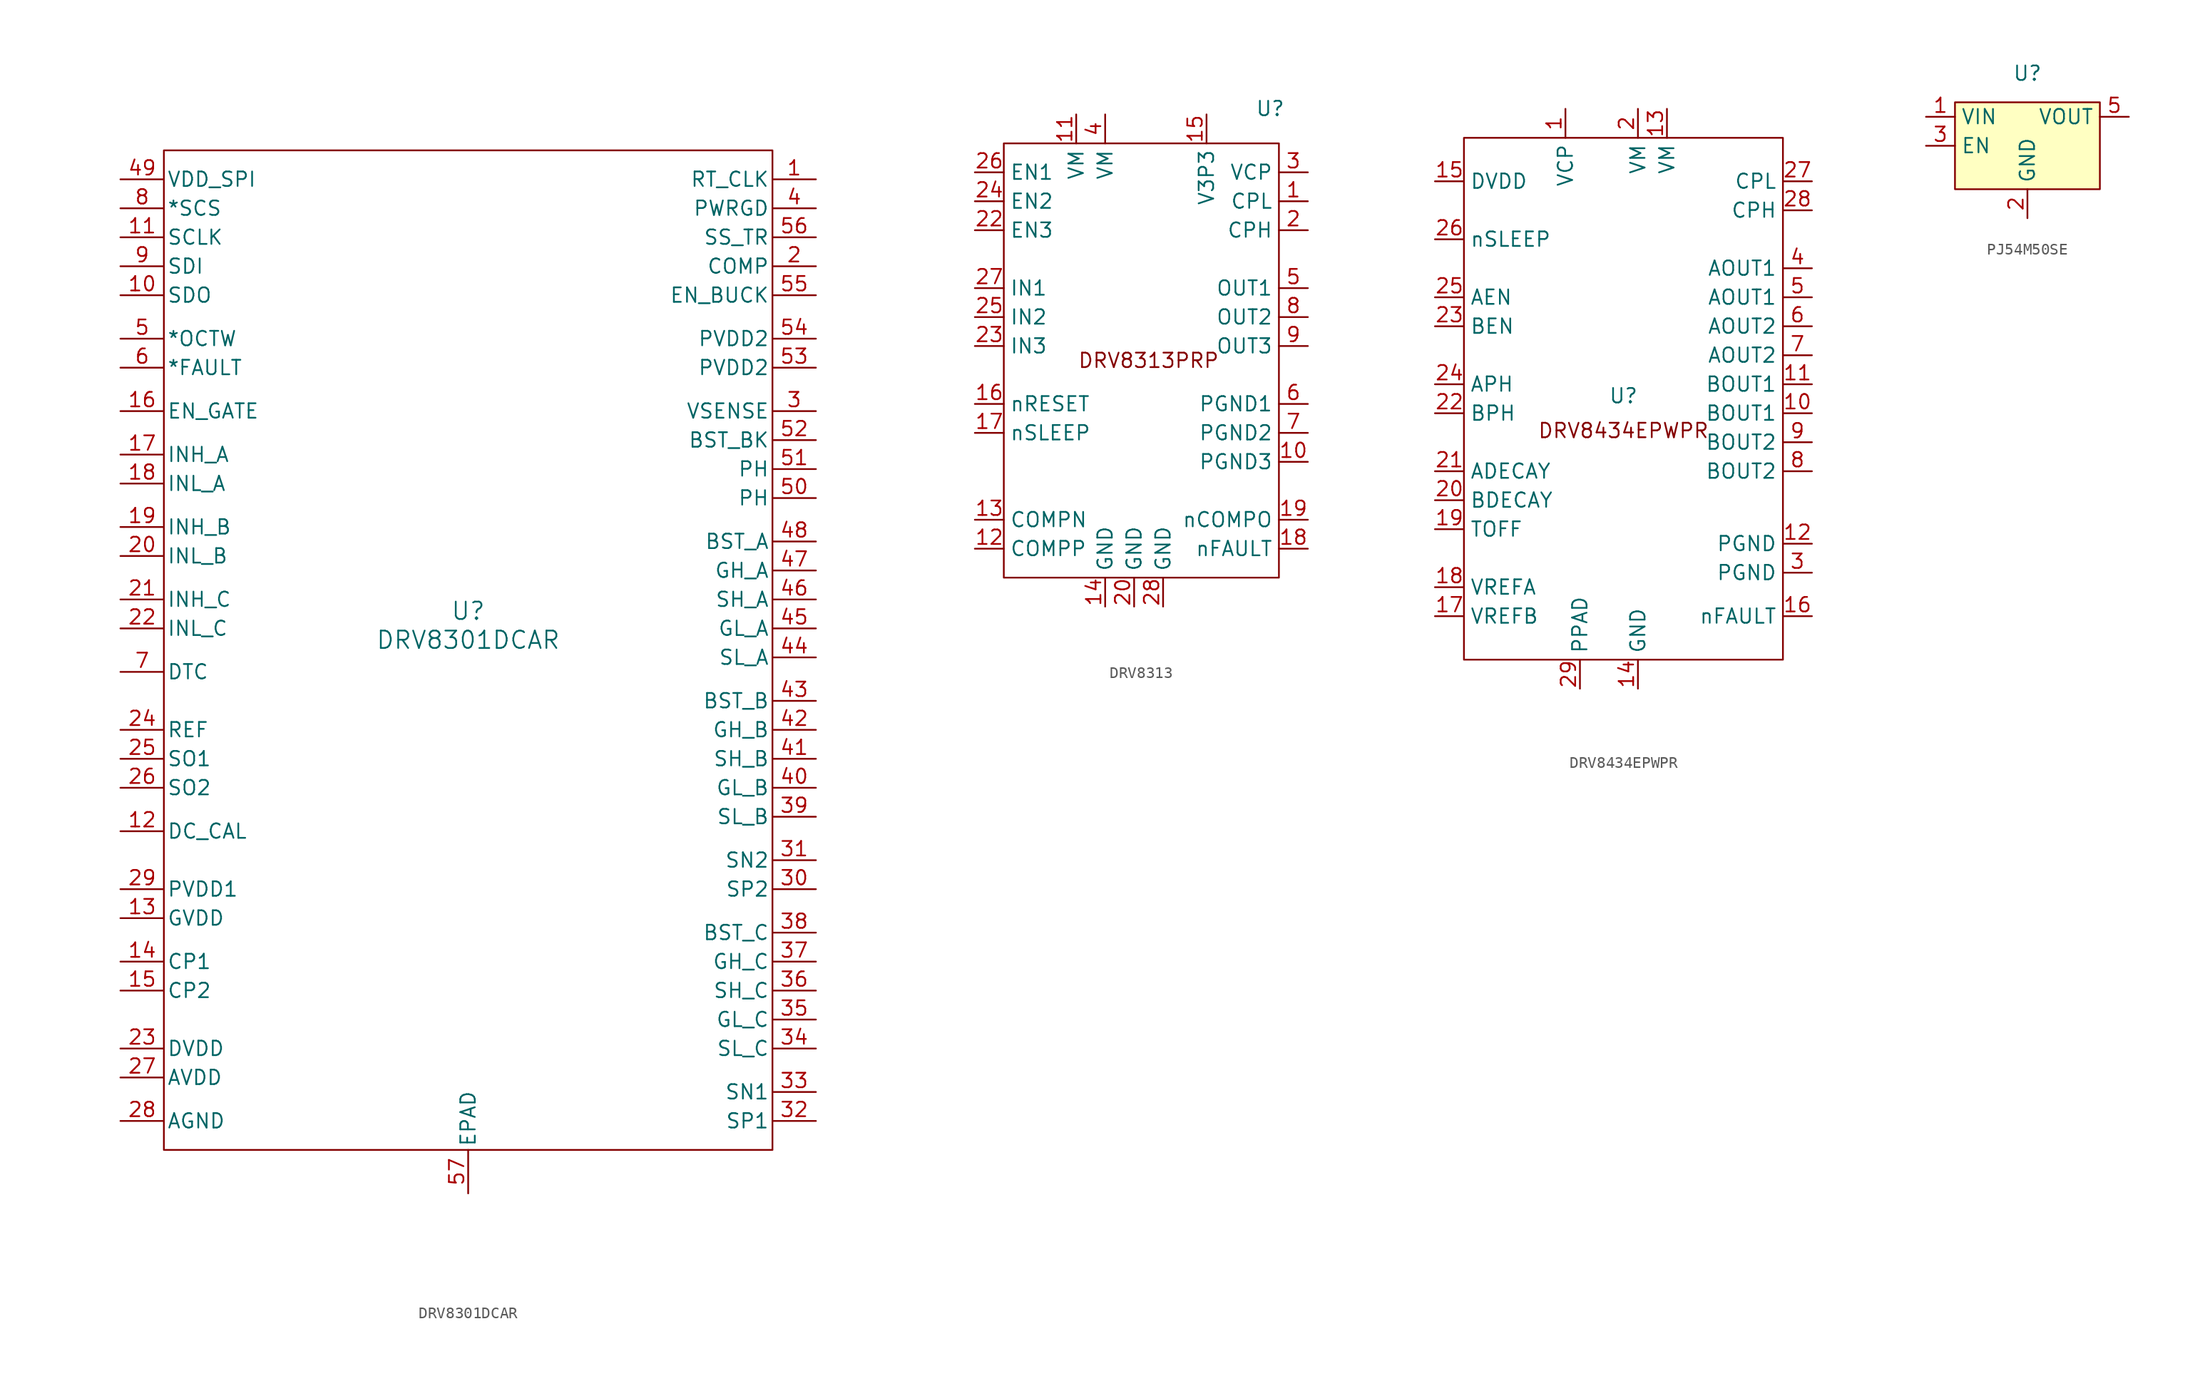
<source format=kicad_sym>
(kicad_symbol_lib
  (version 20231120)
  (generator "kicad_symbol_editor")
  (generator_version "8.0")
  (symbol "DRV8301DCAR"
    (pin_names
      (offset 0.254))
    (property "Reference" "U"
      (at 0 1.524 0)
      (effects (font (size 1.524 1.524))))
    (property "Value" "DRV8301DCAR"
      (at 0 -1.016 0)
      (effects (font (size 1.524 1.524))))
    (property "ki_locked" ""
      (at 0 0 0)
      (effects (font (size 1.27 1.27))))
    (symbol "DRV8301DCAR_0_1"
      (pin input line (at 30.48 39.37 180) (length 3.81) (name "RT_CLK" (effects (font (size 1.27 1.27)))) (number "1" (effects (font (size 1.27 1.27)))))
      (pin output line (at -30.48 29.21 0) (length 3.81) (name "SDO" (effects (font (size 1.27 1.27)))) (number "10" (effects (font (size 1.27 1.27)))))
      (pin input line (at -30.48 34.29 0) (length 3.81) (name "SCLK" (effects (font (size 1.27 1.27)))) (number "11" (effects (font (size 1.27 1.27)))))
      (pin input line (at -30.48 -17.78 0) (length 3.81) (name "DC_CAL" (effects (font (size 1.27 1.27)))) (number "12" (effects (font (size 1.27 1.27)))))
      (pin power_in line (at -30.48 -25.4 0) (length 3.81) (name "GVDD" (effects (font (size 1.27 1.27)))) (number "13" (effects (font (size 1.27 1.27)))))
      (pin power_in line (at -30.48 -29.21 0) (length 3.81) (name "CP1" (effects (font (size 1.27 1.27)))) (number "14" (effects (font (size 1.27 1.27)))))
      (pin power_in line (at -30.48 -31.75 0) (length 3.81) (name "CP2" (effects (font (size 1.27 1.27)))) (number "15" (effects (font (size 1.27 1.27)))))
      (pin input line (at -30.48 19.05 0) (length 3.81) (name "EN_GATE" (effects (font (size 1.27 1.27)))) (number "16" (effects (font (size 1.27 1.27)))))
      (pin input line (at -30.48 15.24 0) (length 3.81) (name "INH_A" (effects (font (size 1.27 1.27)))) (number "17" (effects (font (size 1.27 1.27)))))
      (pin input line (at -30.48 12.7 0) (length 3.81) (name "INL_A" (effects (font (size 1.27 1.27)))) (number "18" (effects (font (size 1.27 1.27)))))
      (pin input line (at -30.48 8.89 0) (length 3.81) (name "INH_B" (effects (font (size 1.27 1.27)))) (number "19" (effects (font (size 1.27 1.27)))))
      (pin output line (at 30.48 31.75 180) (length 3.81) (name "COMP" (effects (font (size 1.27 1.27)))) (number "2" (effects (font (size 1.27 1.27)))))
      (pin input line (at -30.48 6.35 0) (length 3.81) (name "INL_B" (effects (font (size 1.27 1.27)))) (number "20" (effects (font (size 1.27 1.27)))))
      (pin input line (at -30.48 2.54 0) (length 3.81) (name "INH_C" (effects (font (size 1.27 1.27)))) (number "21" (effects (font (size 1.27 1.27)))))
      (pin input line (at -30.48 0 0) (length 3.81) (name "INL_C" (effects (font (size 1.27 1.27)))) (number "22" (effects (font (size 1.27 1.27)))))
      (pin power_in line (at -30.48 -36.83 0) (length 3.81) (name "DVDD" (effects (font (size 1.27 1.27)))) (number "23" (effects (font (size 1.27 1.27)))))
      (pin input line (at -30.48 -8.89 0) (length 3.81) (name "REF" (effects (font (size 1.27 1.27)))) (number "24" (effects (font (size 1.27 1.27)))))
      (pin output line (at -30.48 -11.43 0) (length 3.81) (name "SO1" (effects (font (size 1.27 1.27)))) (number "25" (effects (font (size 1.27 1.27)))))
      (pin output line (at -30.48 -13.97 0) (length 3.81) (name "SO2" (effects (font (size 1.27 1.27)))) (number "26" (effects (font (size 1.27 1.27)))))
      (pin power_in line (at -30.48 -39.37 0) (length 3.81) (name "AVDD" (effects (font (size 1.27 1.27)))) (number "27" (effects (font (size 1.27 1.27)))))
      (pin power_in line (at -30.48 -43.18 0) (length 3.81) (name "AGND" (effects (font (size 1.27 1.27)))) (number "28" (effects (font (size 1.27 1.27)))))
      (pin power_in line (at -30.48 -22.86 0) (length 3.81) (name "PVDD1" (effects (font (size 1.27 1.27)))) (number "29" (effects (font (size 1.27 1.27)))))
      (pin input line (at 30.48 19.05 180) (length 3.81) (name "VSENSE" (effects (font (size 1.27 1.27)))) (number "3" (effects (font (size 1.27 1.27)))))
      (pin input line (at 30.48 -22.86 180) (length 3.81) (name "SP2" (effects (font (size 1.27 1.27)))) (number "30" (effects (font (size 1.27 1.27)))))
      (pin input line (at 30.48 -20.32 180) (length 3.81) (name "SN2" (effects (font (size 1.27 1.27)))) (number "31" (effects (font (size 1.27 1.27)))))
      (pin input line (at 30.48 -43.18 180) (length 3.81) (name "SP1" (effects (font (size 1.27 1.27)))) (number "32" (effects (font (size 1.27 1.27)))))
      (pin input line (at 30.48 -40.64 180) (length 3.81) (name "SN1" (effects (font (size 1.27 1.27)))) (number "33" (effects (font (size 1.27 1.27)))))
      (pin input line (at 30.48 -36.83 180) (length 3.81) (name "SL_C" (effects (font (size 1.27 1.27)))) (number "34" (effects (font (size 1.27 1.27)))))
      (pin output line (at 30.48 -34.29 180) (length 3.81) (name "GL_C" (effects (font (size 1.27 1.27)))) (number "35" (effects (font (size 1.27 1.27)))))
      (pin input line (at 30.48 -31.75 180) (length 3.81) (name "SH_C" (effects (font (size 1.27 1.27)))) (number "36" (effects (font (size 1.27 1.27)))))
      (pin output line (at 30.48 -29.21 180) (length 3.81) (name "GH_C" (effects (font (size 1.27 1.27)))) (number "37" (effects (font (size 1.27 1.27)))))
      (pin power_in line (at 30.48 -26.67 180) (length 3.81) (name "BST_C" (effects (font (size 1.27 1.27)))) (number "38" (effects (font (size 1.27 1.27)))))
      (pin input line (at 30.48 -16.51 180) (length 3.81) (name "SL_B" (effects (font (size 1.27 1.27)))) (number "39" (effects (font (size 1.27 1.27)))))
      (pin input line (at 30.48 36.83 180) (length 3.81) (name "PWRGD" (effects (font (size 1.27 1.27)))) (number "4" (effects (font (size 1.27 1.27)))))
      (pin output line (at 30.48 -13.97 180) (length 3.81) (name "GL_B" (effects (font (size 1.27 1.27)))) (number "40" (effects (font (size 1.27 1.27)))))
      (pin input line (at 30.48 -11.43 180) (length 3.81) (name "SH_B" (effects (font (size 1.27 1.27)))) (number "41" (effects (font (size 1.27 1.27)))))
      (pin output line (at 30.48 -8.89 180) (length 3.81) (name "GH_B" (effects (font (size 1.27 1.27)))) (number "42" (effects (font (size 1.27 1.27)))))
      (pin power_in line (at 30.48 -6.35 180) (length 3.81) (name "BST_B" (effects (font (size 1.27 1.27)))) (number "43" (effects (font (size 1.27 1.27)))))
      (pin input line (at 30.48 -2.54 180) (length 3.81) (name "SL_A" (effects (font (size 1.27 1.27)))) (number "44" (effects (font (size 1.27 1.27)))))
      (pin output line (at 30.48 0 180) (length 3.81) (name "GL_A" (effects (font (size 1.27 1.27)))) (number "45" (effects (font (size 1.27 1.27)))))
      (pin input line (at 30.48 2.54 180) (length 3.81) (name "SH_A" (effects (font (size 1.27 1.27)))) (number "46" (effects (font (size 1.27 1.27)))))
      (pin output line (at 30.48 5.08 180) (length 3.81) (name "GH_A" (effects (font (size 1.27 1.27)))) (number "47" (effects (font (size 1.27 1.27)))))
      (pin power_in line (at 30.48 7.62 180) (length 3.81) (name "BST_A" (effects (font (size 1.27 1.27)))) (number "48" (effects (font (size 1.27 1.27)))))
      (pin input line (at -30.48 39.37 0) (length 3.81) (name "VDD_SPI" (effects (font (size 1.27 1.27)))) (number "49" (effects (font (size 1.27 1.27)))))
      (pin output line (at -30.48 25.4 0) (length 3.81) (name "*OCTW" (effects (font (size 1.27 1.27)))) (number "5" (effects (font (size 1.27 1.27)))))
      (pin output line (at 30.48 11.43 180) (length 3.81) (name "PH" (effects (font (size 1.27 1.27)))) (number "50" (effects (font (size 1.27 1.27)))))
      (pin output line (at 30.48 13.97 180) (length 3.81) (name "PH" (effects (font (size 1.27 1.27)))) (number "51" (effects (font (size 1.27 1.27)))))
      (pin power_in line (at 30.48 16.51 180) (length 3.81) (name "BST_BK" (effects (font (size 1.27 1.27)))) (number "52" (effects (font (size 1.27 1.27)))))
      (pin power_in line (at 30.48 22.86 180) (length 3.81) (name "PVDD2" (effects (font (size 1.27 1.27)))) (number "53" (effects (font (size 1.27 1.27)))))
      (pin power_in line (at 30.48 25.4 180) (length 3.81) (name "PVDD2" (effects (font (size 1.27 1.27)))) (number "54" (effects (font (size 1.27 1.27)))))
      (pin input line (at 30.48 29.21 180) (length 3.81) (name "EN_BUCK" (effects (font (size 1.27 1.27)))) (number "55" (effects (font (size 1.27 1.27)))))
      (pin input line (at 30.48 34.29 180) (length 3.81) (name "SS_TR" (effects (font (size 1.27 1.27)))) (number "56" (effects (font (size 1.27 1.27)))))
      (pin unspecified line (at 0 -49.53 90) (length 3.81) (name "EPAD" (effects (font (size 1.27 1.27)))) (number "57" (effects (font (size 1.27 1.27)))))
      (pin output line (at -30.48 22.86 0) (length 3.81) (name "*FAULT" (effects (font (size 1.27 1.27)))) (number "6" (effects (font (size 1.27 1.27)))))
      (pin input line (at -30.48 -3.81 0) (length 3.81) (name "DTC" (effects (font (size 1.27 1.27)))) (number "7" (effects (font (size 1.27 1.27)))))
      (pin input line (at -30.48 36.83 0) (length 3.81) (name "*SCS" (effects (font (size 1.27 1.27)))) (number "8" (effects (font (size 1.27 1.27)))))
      (pin input line (at -30.48 31.75 0) (length 3.81) (name "SDI" (effects (font (size 1.27 1.27)))) (number "9" (effects (font (size 1.27 1.27))))))
    (symbol "DRV8301DCAR_1_1"
      (rectangle (start -26.67 41.91) (end 26.67 -45.72) (stroke (width 0) (type default)) (fill (type none)))))
  (symbol "DRV8313"
    (property "Reference" "U"
      (at 10.668 22.098 0)
      (effects (font (size 1.27 1.27))))
    (property "Value" ""
      (at -6.35 2.54 0)
      (effects (font (size 1.27 1.27))))
    (symbol "DRV8313_0_1"
      (rectangle (start -12.7 19.05) (end 11.43 -19.05) (stroke (width 0) (type default)) (fill (type none))))
    (symbol "DRV8313_1_0"
      (pin power_in line (at 13.97 13.97 180) (length 2.54) (name "CPL" (effects (font (size 1.27 1.27)))) (number "1" (effects (font (size 1.27 1.27)))))
      (pin power_in line (at 13.97 -8.89 180) (length 2.54) (name "PGND3" (effects (font (size 1.27 1.27)))) (number "10" (effects (font (size 1.27 1.27)))))
      (pin power_in line (at -6.35 21.59 270) (length 2.54) (name "VM" (effects (font (size 1.27 1.27)))) (number "11" (effects (font (size 1.27 1.27)))))
      (pin input line (at -15.24 -16.51 0) (length 2.54) (name "COMPP" (effects (font (size 1.27 1.27)))) (number "12" (effects (font (size 1.27 1.27)))))
      (pin input line (at -15.24 -13.97 0) (length 2.54) (name "COMPN" (effects (font (size 1.27 1.27)))) (number "13" (effects (font (size 1.27 1.27)))))
      (pin power_out line (at 5.08 21.59 270) (length 2.54) (name "V3P3" (effects (font (size 1.27 1.27)))) (number "15" (effects (font (size 1.27 1.27)))))
      (pin input line (at -15.24 -3.81 0) (length 2.54) (name "nRESET" (effects (font (size 1.27 1.27)))) (number "16" (effects (font (size 1.27 1.27)))))
      (pin input line (at -15.24 -6.35 0) (length 2.54) (name "nSLEEP" (effects (font (size 1.27 1.27)))) (number "17" (effects (font (size 1.27 1.27)))))
      (pin free line (at 13.97 -16.51 180) (length 2.54) (name "nFAULT" (effects (font (size 1.27 1.27)))) (number "18" (effects (font (size 1.27 1.27)))))
      (pin free line (at 13.97 -13.97 180) (length 2.54) (name "nCOMPO" (effects (font (size 1.27 1.27)))) (number "19" (effects (font (size 1.27 1.27)))))
      (pin power_out line (at 13.97 11.43 180) (length 2.54) (name "CPH" (effects (font (size 1.27 1.27)))) (number "2" (effects (font (size 1.27 1.27)))))
      (pin power_in line (at -1.27 -21.59 90) (length 2.54) (name "GND" (effects (font (size 1.27 1.27)))) (number "20" (effects (font (size 1.27 1.27)))))
      (pin input line (at -15.24 11.43 0) (length 2.54) (name "EN3" (effects (font (size 1.27 1.27)))) (number "22" (effects (font (size 1.27 1.27)))))
      (pin input line (at -15.24 1.27 0) (length 2.54) (name "IN3" (effects (font (size 1.27 1.27)))) (number "23" (effects (font (size 1.27 1.27)))))
      (pin input line (at -15.24 13.97 0) (length 2.54) (name "EN2" (effects (font (size 1.27 1.27)))) (number "24" (effects (font (size 1.27 1.27)))))
      (pin input line (at -15.24 3.81 0) (length 2.54) (name "IN2" (effects (font (size 1.27 1.27)))) (number "25" (effects (font (size 1.27 1.27)))))
      (pin input line (at -15.24 16.51 0) (length 2.54) (name "EN1" (effects (font (size 1.27 1.27)))) (number "26" (effects (font (size 1.27 1.27)))))
      (pin input line (at -15.24 6.35 0) (length 2.54) (name "IN1" (effects (font (size 1.27 1.27)))) (number "27" (effects (font (size 1.27 1.27)))))
      (pin power_in line (at 1.27 -21.59 90) (length 2.54) (name "GND" (effects (font (size 1.27 1.27)))) (number "28" (effects (font (size 1.27 1.27)))))
      (pin power_in line (at 13.97 16.51 180) (length 2.54) (name "VCP" (effects (font (size 1.27 1.27)))) (number "3" (effects (font (size 1.27 1.27)))))
      (pin power_in line (at -3.81 21.59 270) (length 2.54) (name "VM" (effects (font (size 1.27 1.27)))) (number "4" (effects (font (size 1.27 1.27)))))
      (pin output line (at 13.97 6.35 180) (length 2.54) (name "OUT1" (effects (font (size 1.27 1.27)))) (number "5" (effects (font (size 1.27 1.27)))))
      (pin power_in line (at 13.97 -3.81 180) (length 2.54) (name "PGND1" (effects (font (size 1.27 1.27)))) (number "6" (effects (font (size 1.27 1.27)))))
      (pin power_in line (at 13.97 -6.35 180) (length 2.54) (name "PGND2" (effects (font (size 1.27 1.27)))) (number "7" (effects (font (size 1.27 1.27)))))
      (pin output line (at 13.97 3.81 180) (length 2.54) (name "OUT2" (effects (font (size 1.27 1.27)))) (number "8" (effects (font (size 1.27 1.27)))))
      (pin output line (at 13.97 1.27 180) (length 2.54) (name "OUT3" (effects (font (size 1.27 1.27)))) (number "9" (effects (font (size 1.27 1.27))))))
    (symbol "DRV8313_1_1"
      (text "DRV8313PRP" (at 0 0 0) (effects (font (size 1.27 1.27))))
      (pin power_in line (at -3.81 -21.59 90) (length 2.54) (name "GND" (effects (font (size 1.27 1.27)))) (number "14" (effects (font (size 1.27 1.27)))))))
  (symbol "DRV8434EPWPR"
    (property "Reference" "U"
      (at 0 1.524 0)
      (effects (font (size 1.27 1.27))))
    (property "Value" ""
      (at -1.27 13.97 0)
      (effects (font (size 1.27 1.27))))
    (symbol "DRV8434EPWPR_0_0"
      (pin power_in line (at -5.08 26.67 270) (length 2.54) (name "VCP" (effects (font (size 1.27 1.27)))) (number "1" (effects (font (size 1.27 1.27)))))
      (pin output line (at 16.51 0 180) (length 2.54) (name "BOUT1" (effects (font (size 1.27 1.27)))) (number "10" (effects (font (size 1.27 1.27)))))
      (pin output line (at 16.51 2.54 180) (length 2.54) (name "BOUT1" (effects (font (size 1.27 1.27)))) (number "11" (effects (font (size 1.27 1.27)))))
      (pin power_in line (at 16.51 -11.43 180) (length 2.54) (name "PGND" (effects (font (size 1.27 1.27)))) (number "12" (effects (font (size 1.27 1.27)))))
      (pin power_in line (at 3.81 26.67 270) (length 2.54) (name "VM" (effects (font (size 1.27 1.27)))) (number "13" (effects (font (size 1.27 1.27)))))
      (pin power_in line (at 1.27 -24.13 90) (length 2.54) (name "GND" (effects (font (size 1.27 1.27)))) (number "14" (effects (font (size 1.27 1.27)))))
      (pin power_in line (at -16.51 20.32 0) (length 2.54) (name "DVDD" (effects (font (size 1.27 1.27)))) (number "15" (effects (font (size 1.27 1.27)))))
      (pin output line (at 16.51 -17.78 180) (length 2.54) (name "nFAULT" (effects (font (size 1.27 1.27)))) (number "16" (effects (font (size 1.27 1.27)))))
      (pin input line (at -16.51 -17.78 0) (length 2.54) (name "VREFB" (effects (font (size 1.27 1.27)))) (number "17" (effects (font (size 1.27 1.27)))))
      (pin input line (at -16.51 -15.24 0) (length 2.54) (name "VREFA" (effects (font (size 1.27 1.27)))) (number "18" (effects (font (size 1.27 1.27)))))
      (pin input line (at -16.51 -10.16 0) (length 2.54) (name "TOFF" (effects (font (size 1.27 1.27)))) (number "19" (effects (font (size 1.27 1.27)))))
      (pin power_in line (at 1.27 26.67 270) (length 2.54) (name "VM" (effects (font (size 1.27 1.27)))) (number "2" (effects (font (size 1.27 1.27)))))
      (pin input line (at -16.51 -7.62 0) (length 2.54) (name "BDECAY" (effects (font (size 1.27 1.27)))) (number "20" (effects (font (size 1.27 1.27)))))
      (pin input line (at -16.51 -5.08 0) (length 2.54) (name "ADECAY" (effects (font (size 1.27 1.27)))) (number "21" (effects (font (size 1.27 1.27)))))
      (pin input line (at -16.51 0 0) (length 2.54) (name "BPH" (effects (font (size 1.27 1.27)))) (number "22" (effects (font (size 1.27 1.27)))))
      (pin input line (at -16.51 7.62 0) (length 2.54) (name "BEN" (effects (font (size 1.27 1.27)))) (number "23" (effects (font (size 1.27 1.27)))))
      (pin input line (at -16.51 2.54 0) (length 2.54) (name "APH" (effects (font (size 1.27 1.27)))) (number "24" (effects (font (size 1.27 1.27)))))
      (pin input line (at -16.51 10.16 0) (length 2.54) (name "AEN" (effects (font (size 1.27 1.27)))) (number "25" (effects (font (size 1.27 1.27)))))
      (pin input line (at -16.51 15.24 0) (length 2.54) (name "nSLEEP" (effects (font (size 1.27 1.27)))) (number "26" (effects (font (size 1.27 1.27)))))
      (pin power_in line (at -3.81 -24.13 90) (length 2.54) (name "PPAD" (effects (font (size 1.27 1.27)))) (number "29" (effects (font (size 1.27 1.27)))))
      (pin power_in line (at 16.51 -13.97 180) (length 2.54) (name "PGND" (effects (font (size 1.27 1.27)))) (number "3" (effects (font (size 1.27 1.27)))))
      (pin output line (at 16.51 12.7 180) (length 2.54) (name "AOUT1" (effects (font (size 1.27 1.27)))) (number "4" (effects (font (size 1.27 1.27)))))
      (pin output line (at 16.51 10.16 180) (length 2.54) (name "AOUT1" (effects (font (size 1.27 1.27)))) (number "5" (effects (font (size 1.27 1.27)))))
      (pin output line (at 16.51 7.62 180) (length 2.54) (name "AOUT2" (effects (font (size 1.27 1.27)))) (number "6" (effects (font (size 1.27 1.27)))))
      (pin output line (at 16.51 5.08 180) (length 2.54) (name "AOUT2" (effects (font (size 1.27 1.27)))) (number "7" (effects (font (size 1.27 1.27)))))
      (pin output line (at 16.51 -5.08 180) (length 2.54) (name "BOUT2" (effects (font (size 1.27 1.27)))) (number "8" (effects (font (size 1.27 1.27)))))
      (pin output line (at 16.51 -2.54 180) (length 2.54) (name "BOUT2" (effects (font (size 1.27 1.27)))) (number "9" (effects (font (size 1.27 1.27))))))
    (symbol "DRV8434EPWPR_0_1"
      (rectangle (start -13.97 24.13) (end 13.97 -21.59) (stroke (width 0) (type default)) (fill (type none))))
    (symbol "DRV8434EPWPR_1_0"
      (pin passive line (at 16.51 20.32 180) (length 2.54) (name "CPL" (effects (font (size 1.27 1.27)))) (number "27" (effects (font (size 1.27 1.27)))))
      (pin passive line (at 16.51 17.78 180) (length 2.54) (name "CPH" (effects (font (size 1.27 1.27)))) (number "28" (effects (font (size 1.27 1.27))))))
    (symbol "DRV8434EPWPR_1_1"
      (text "DRV8434EPWPR" (at 0 -1.524 0) (effects (font (size 1.27 1.27))))))
  (symbol "PJ54M50SE"
    (property "Reference" "U"
      (at 0 8.89 0)
      (effects (font (size 1.27 1.27))))
    (property "Value" ""
      (at 0 0 0)
      (effects (font (size 1.27 1.27))))
    (symbol "PJ54M50SE_1_0"
      (pin power_in line (at -8.89 5.08 0) (length 2.54) (name "VIN" (effects (font (size 1.27 1.27)))) (number "1" (effects (font (size 1.27 1.27)))))
      (pin power_in line (at 0 -3.81 90) (length 2.54) (name "GND" (effects (font (size 1.27 1.27)))) (number "2" (effects (font (size 1.27 1.27)))))
      (pin power_in line (at -8.89 2.54 0) (length 2.54) (name "EN" (effects (font (size 1.27 1.27)))) (number "3" (effects (font (size 1.27 1.27)))))
      (pin power_in line (at 8.89 5.08 180) (length 2.54) (name "VOUT" (effects (font (size 1.27 1.27)))) (number "5" (effects (font (size 1.27 1.27))))))
    (symbol "PJ54M50SE_1_1"
      (rectangle (start -6.35 6.35) (end 6.35 -1.27) (stroke (width 0) (type default)) (fill (type background))))))
</source>
